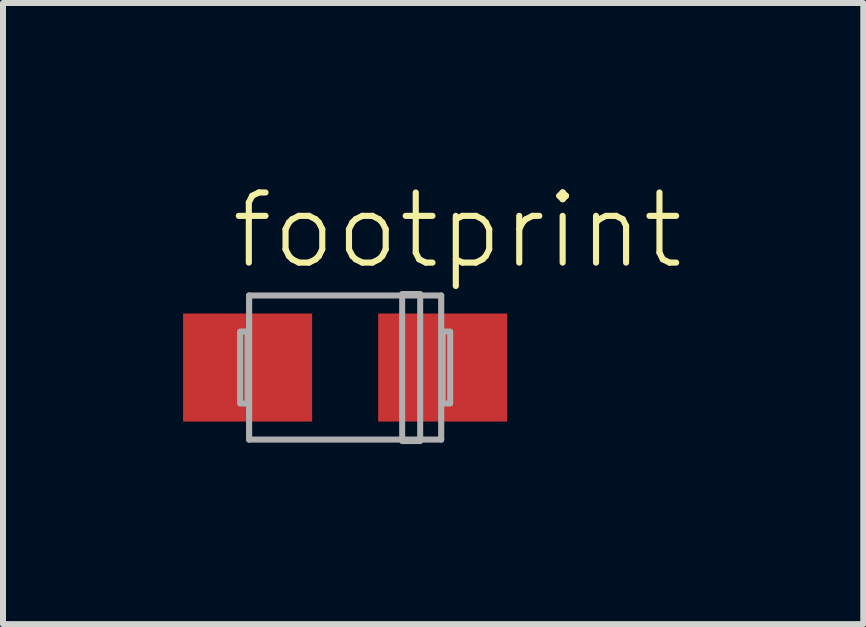
<source format=kicad_pcb>
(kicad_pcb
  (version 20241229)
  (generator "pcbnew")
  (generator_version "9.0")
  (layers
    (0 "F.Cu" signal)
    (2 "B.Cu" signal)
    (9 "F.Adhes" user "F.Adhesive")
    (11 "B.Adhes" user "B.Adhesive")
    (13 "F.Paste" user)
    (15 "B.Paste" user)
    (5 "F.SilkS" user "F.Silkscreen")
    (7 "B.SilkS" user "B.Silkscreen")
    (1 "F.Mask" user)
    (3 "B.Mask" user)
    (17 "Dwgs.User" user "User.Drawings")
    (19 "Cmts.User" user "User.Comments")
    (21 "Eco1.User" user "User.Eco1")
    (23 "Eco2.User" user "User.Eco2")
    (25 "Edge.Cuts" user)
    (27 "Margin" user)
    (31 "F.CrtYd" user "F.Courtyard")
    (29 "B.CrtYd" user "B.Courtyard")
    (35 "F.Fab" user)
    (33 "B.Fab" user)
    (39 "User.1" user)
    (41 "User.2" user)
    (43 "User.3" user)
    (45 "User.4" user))
  (footprint "footprint"
    (layer "F.Cu")
    (at 2.7 3.073)
    (property "Reference" "footprint" (at -1.95 -1.6 0) (layer "F.SilkS") (effects (font (size 1.168 1.168) (thickness 0.102)) (justify left bottom)))
    (fp_line (start -1.6 -1.2) (end 1.6 -1.2) (stroke (width 0.102) (type solid)) (layer "F.Fab"))
    (fp_line (start -1.6 1.2) (end -1.6 -1.2) (stroke (width 0.102) (type solid)) (layer "F.Fab"))
    (fp_line (start 1.6 -1.2) (end 1.6 1.2) (stroke (width 0.102) (type solid)) (layer "F.Fab"))
    (fp_line (start 1.6 1.2) (end -1.6 1.2) (stroke (width 0.102) (type solid)) (layer "F.Fab"))
    (fp_poly (pts (xy -1.75 0.6) (xy -1.625 0.6) (xy -1.625 -0.6) (xy -1.75 -0.6)) (stroke (width 0.1) (type solid)) (fill no) (layer "F.Fab"))
    (fp_poly (pts (xy 0.95 1.225) (xy 1.25 1.225) (xy 1.25 -1.225) (xy 0.95 -1.225)) (stroke (width 0.1) (type solid)) (fill no) (layer "F.Fab"))
    (fp_poly (pts (xy 1.625 0.6) (xy 1.75 0.6) (xy 1.75 -0.6) (xy 1.625 -0.6)) (stroke (width 0.1) (type solid)) (fill no) (layer "F.Fab"))
    (pad "+" smd rect (at 1.625 0) (size 2.15 1.8) (layers "F.Cu" "F.Mask" "F.Paste"))
    (pad "-" smd rect (at -1.625 0) (size 2.15 1.8) (layers "F.Cu" "F.Mask" "F.Paste")))
  (gr_rect
    (start -3 -3)
    (end 11.332 7.348)
    (stroke (width 0.1) (type default))
    (fill no)
    (layer "Edge.Cuts")))
</source>
